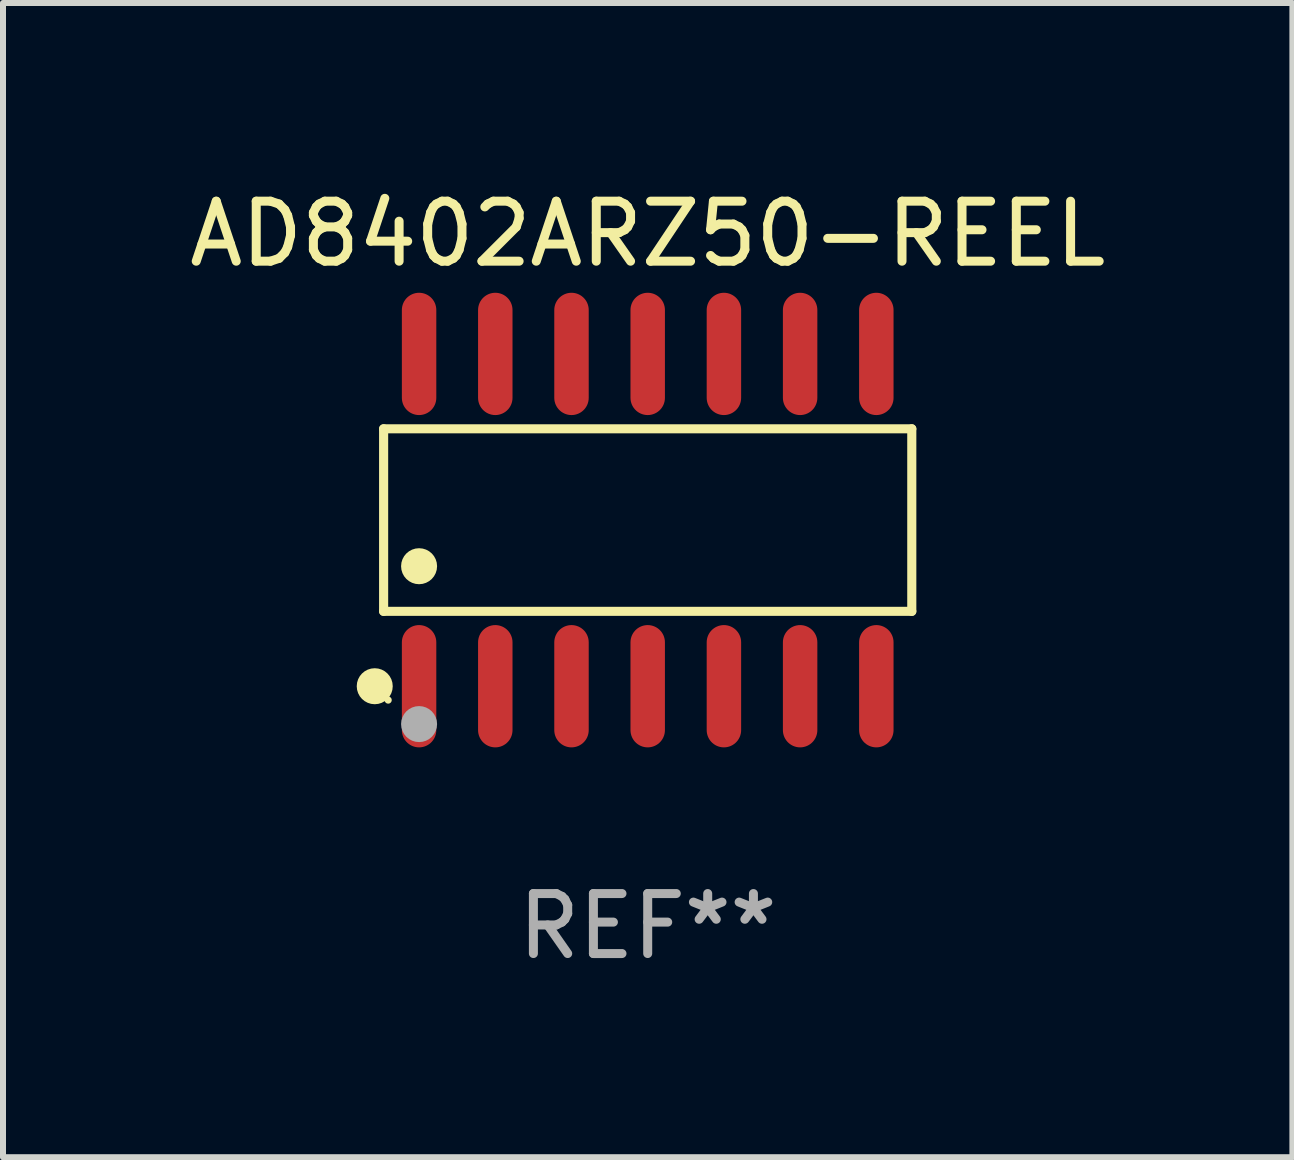
<source format=kicad_pcb>
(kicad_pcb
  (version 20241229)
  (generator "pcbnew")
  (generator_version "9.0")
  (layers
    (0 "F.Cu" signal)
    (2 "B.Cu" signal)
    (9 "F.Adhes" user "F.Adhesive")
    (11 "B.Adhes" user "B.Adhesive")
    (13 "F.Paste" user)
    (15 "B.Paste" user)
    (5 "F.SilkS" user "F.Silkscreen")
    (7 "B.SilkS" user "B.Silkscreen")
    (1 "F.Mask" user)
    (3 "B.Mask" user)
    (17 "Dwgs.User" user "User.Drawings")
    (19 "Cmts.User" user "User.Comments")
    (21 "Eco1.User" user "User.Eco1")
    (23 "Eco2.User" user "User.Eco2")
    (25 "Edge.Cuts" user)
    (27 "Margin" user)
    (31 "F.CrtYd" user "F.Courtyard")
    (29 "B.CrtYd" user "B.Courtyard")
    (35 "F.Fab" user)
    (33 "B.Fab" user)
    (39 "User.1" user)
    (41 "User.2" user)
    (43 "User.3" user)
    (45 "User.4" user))
  (footprint "AD8402ARZ50-REEL"
    (layer "F.Cu")
    (at 7.744 5.617)
    (property "Reference" "AD8402ARZ50-REEL" (at 0 -4.769 0) (layer "F.SilkS") (effects (font (size 1 1) (thickness 0.15))))
    (attr through_hole)
    (fp_line (start -4.401 -1.521) (end 4.401 -1.521) (stroke (width 0.152) (type solid)) (layer "F.SilkS"))
    (fp_line (start -4.401 1.521) (end -4.401 -1.521) (stroke (width 0.152) (type solid)) (layer "F.SilkS"))
    (fp_line (start 4.401 -1.521) (end 4.401 1.521) (stroke (width 0.152) (type solid)) (layer "F.SilkS"))
    (fp_line (start 4.401 1.521) (end -4.401 1.521) (stroke (width 0.152) (type solid)) (layer "F.SilkS"))
    (fp_circle (center -4.549 2.769) (end -4.399 2.769) (stroke (width 0.3) (type solid)) (fill no) (layer "F.SilkS"))
    (fp_circle (center -4.325 3) (end -4.295 3) (stroke (width 0.06) (type solid)) (fill no) (layer "F.SilkS"))
    (fp_circle (center -3.81 0.769) (end -3.66 0.769) (stroke (width 0.3) (type solid)) (fill no) (layer "F.SilkS"))
    (fp_circle (center -3.81 3.4) (end -3.66 3.4) (stroke (width 0.3) (type solid)) (fill no) (layer "F.Fab"))
    (fp_text user "REF**" (at 0 6.769 0) (layer "F.Fab") (effects (font (size 1 1) (thickness 0.15))))
    (pad "1" smd oval (at -3.81 2.769) (size 0.574 2.038) (layers "F.Cu" "F.Mask" "F.Paste"))
    (pad "2" smd oval (at -2.54 2.769) (size 0.574 2.038) (layers "F.Cu" "F.Mask" "F.Paste"))
    (pad "3" smd oval (at -1.27 2.769) (size 0.574 2.038) (layers "F.Cu" "F.Mask" "F.Paste"))
    (pad "4" smd oval (at 0 2.769) (size 0.574 2.038) (layers "F.Cu" "F.Mask" "F.Paste"))
    (pad "5" smd oval (at 1.27 2.769) (size 0.574 2.038) (layers "F.Cu" "F.Mask" "F.Paste"))
    (pad "6" smd oval (at 2.54 2.769) (size 0.574 2.038) (layers "F.Cu" "F.Mask" "F.Paste"))
    (pad "7" smd oval (at 3.81 2.769) (size 0.574 2.038) (layers "F.Cu" "F.Mask" "F.Paste"))
    (pad "8" smd oval (at 3.81 -2.769) (size 0.574 2.038) (layers "F.Cu" "F.Mask" "F.Paste"))
    (pad "9" smd oval (at 2.54 -2.769) (size 0.574 2.038) (layers "F.Cu" "F.Mask" "F.Paste"))
    (pad "10" smd oval (at 1.27 -2.769) (size 0.574 2.038) (layers "F.Cu" "F.Mask" "F.Paste"))
    (pad "11" smd oval (at 0 -2.769) (size 0.574 2.038) (layers "F.Cu" "F.Mask" "F.Paste"))
    (pad "12" smd oval (at -1.27 -2.769) (size 0.574 2.038) (layers "F.Cu" "F.Mask" "F.Paste"))
    (pad "13" smd oval (at -2.54 -2.769) (size 0.574 2.038) (layers "F.Cu" "F.Mask" "F.Paste"))
    (pad "14" smd oval (at -3.81 -2.769) (size 0.574 2.038) (layers "F.Cu" "F.Mask" "F.Paste")))
  (gr_rect
    (start -3 -3)
    (end 18.488 16.235)
    (stroke (width 0.1) (type default))
    (fill no)
    (layer "Edge.Cuts")))
</source>
